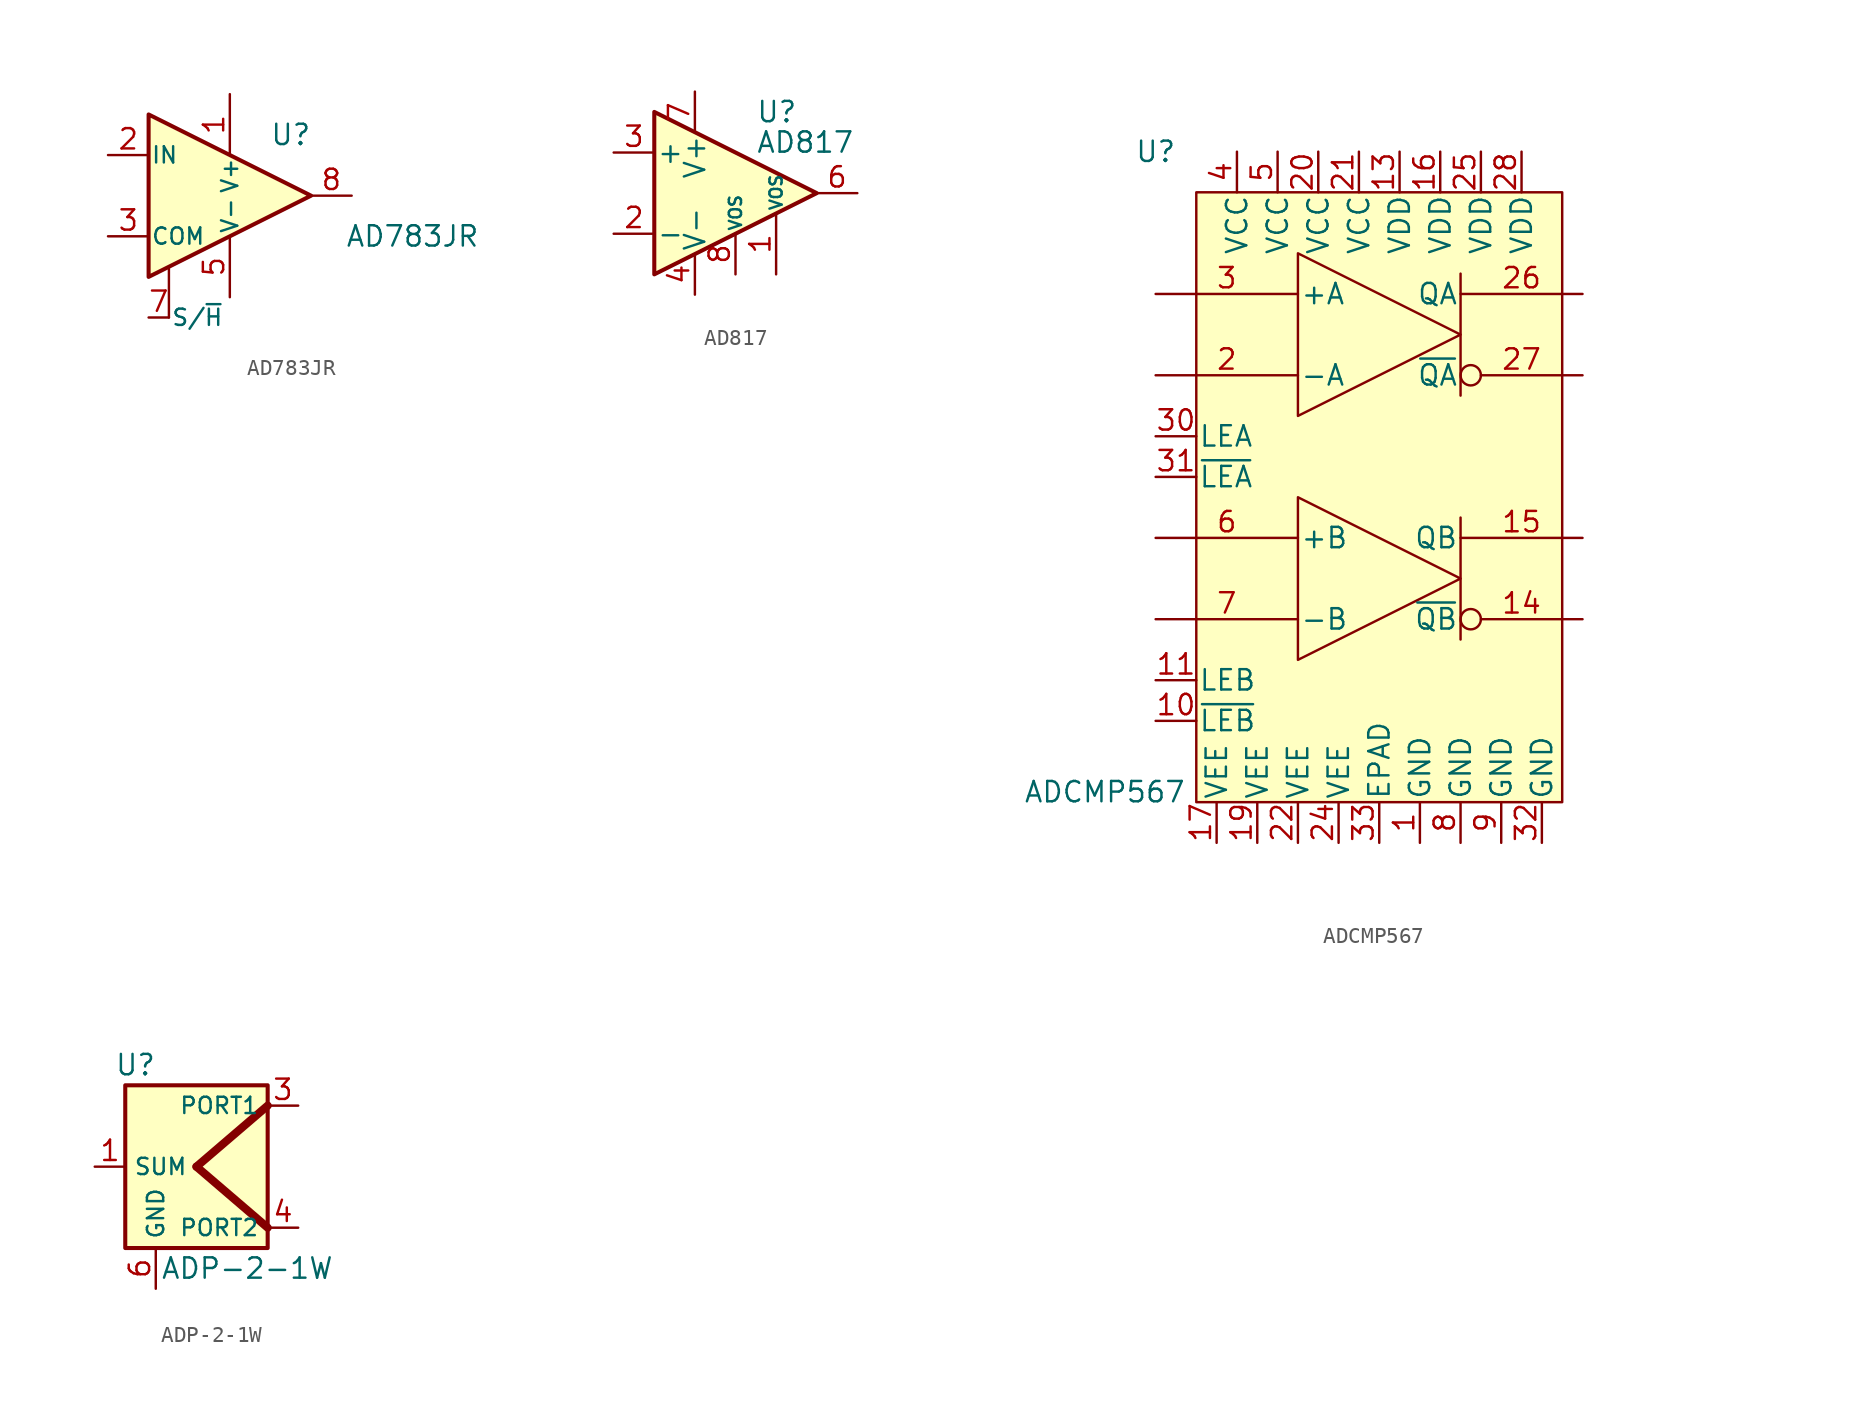
<source format=kicad_sym>
(kicad_symbol_lib
  (version 20241209)
  (generator "kicad_symbol_editor")
  (generator_version "9.0")
  (symbol "AD783JR"
    (pin_names
      (offset 0.127))
    (property "Reference" "U"
      (at 3.81 3.81 0)
      (effects (font (size 1.27 1.27))))
    (property "Value" "AD783JR"
      (at 11.43 -2.54 0)
      (effects (font (size 1.27 1.27))))
    (symbol "AD783JR_0_1"
      (polyline (pts (xy -3.81 -7.62) (xy -3.81 -4.445)) (stroke (width 0) (type default)) (fill (type none))))
    (symbol "AD783JR_1_1"
      (polyline (pts (xy -5.08 5.08) (xy 5.08 0) (xy -5.08 -5.08) (xy -5.08 5.08)) (stroke (width 0.254) (type default)) (fill (type background)))
      (pin input line (at -7.62 2.54 0) (length 2.54) (name "IN" (effects (font (size 1.016 1.016)))) (number "2" (effects (font (size 1.27 1.27)))))
      (pin input line (at -7.62 -2.54 0) (length 2.54) (name "COM" (effects (font (size 1.016 1.016)))) (number "3" (effects (font (size 1.27 1.27)))))
      (pin input line (at -5.08 -7.62 0) (length 1.27) (name "S/~{H}" (effects (font (size 1.016 1.016)))) (number "7" (effects (font (size 1.27 1.27)))))
      (pin power_in line (at 0 6.35 270) (length 3.81) (name "V+" (effects (font (size 1.016 1.016)))) (number "1" (effects (font (size 1.27 1.27)))))
      (pin power_in line (at 0 -6.35 90) (length 3.81) (name "V-" (effects (font (size 1.016 1.016)))) (number "5" (effects (font (size 1.27 1.27)))))
      (pin output line (at 7.62 0 180) (length 2.54) (name "~" (effects (font (size 1.27 1.27)))) (number "8" (effects (font (size 1.27 1.27)))))))
  (symbol "AD817"
    (pin_names
      (offset 0.127))
    (property "Reference" "U"
      (at 1.27 5.08 0)
      (effects (font (size 1.27 1.27)) (justify left)))
    (property "Value" "AD817"
      (at 1.27 3.175 0)
      (effects (font (size 1.27 1.27)) (justify left)))
    (symbol "AD817_0_1"
      (polyline (pts (xy -5.08 5.08) (xy 5.08 0) (xy -5.08 -5.08) (xy -5.08 5.08)) (stroke (width 0.254) (type default)) (fill (type background)))
      (pin no_connect line (at 0 2.54 270) (length 2.54) (hide yes) (name "NC" (effects (font (size 1.27 1.27)))) (number "5" (effects (font (size 1.27 1.27))))))
    (symbol "AD817_1_1"
      (pin input line (at -7.62 2.54 0) (length 2.54) (name "+" (effects (font (size 1.27 1.27)))) (number "3" (effects (font (size 1.27 1.27)))))
      (pin input line (at -7.62 -2.54 0) (length 2.54) (name "-" (effects (font (size 1.27 1.27)))) (number "2" (effects (font (size 1.27 1.27)))))
      (pin power_in line (at -2.54 6.35 270) (length 2.54) (name "V+" (effects (font (size 1.27 1.27)))) (number "7" (effects (font (size 1.27 1.27)))))
      (pin power_in line (at -2.54 -6.35 90) (length 2.54) (name "V-" (effects (font (size 1.27 1.27)))) (number "4" (effects (font (size 1.27 1.27)))))
      (pin passive line (at 0 -5.08 90) (length 2.54) (name "VOS" (effects (font (size 0.762 0.762)))) (number "8" (effects (font (size 1.27 1.27)))))
      (pin passive line (at 2.54 -5.08 90) (length 3.81) (name "VOS" (effects (font (size 0.762 0.762)))) (number "1" (effects (font (size 1.27 1.27)))))
      (pin output line (at 7.62 0 180) (length 2.54) (name "~" (effects (font (size 1.27 1.27)))) (number "6" (effects (font (size 1.27 1.27)))))))
  (symbol "ADCMP567"
    (pin_names
      (offset 0.127))
    (property "Reference" "U"
      (at -13.97 21.59 0)
      (effects (font (size 1.27 1.27))))
    (property "Value" "ADCMP567"
      (at -17.145 -18.415 0)
      (effects (font (size 1.27 1.27))))
    (symbol "ADCMP567_0_0"
      (pin power_in line (at 2.54 -21.59 90) (length 2.54) (name "GND" (effects (font (size 1.27 1.27)))) (number "1" (effects (font (size 1.27 1.27))))))
    (symbol "ADCMP567_0_1"
      (rectangle (start -11.43 -19.05) (end 11.43 19.05) (stroke (width 0) (type default)) (fill (type background)))
      (polyline (pts (xy -5.08 15.24) (xy -5.08 5.08) (xy 5.08 10.16) (xy -5.08 15.24)) (stroke (width 0) (type default)) (fill (type background)))
      (polyline (pts (xy -5.08 0) (xy -5.08 -10.16) (xy 5.08 -5.08) (xy -5.08 0)) (stroke (width 0) (type default)) (fill (type background)))
      (polyline (pts (xy 5.08 13.97) (xy 5.08 6.35)) (stroke (width 0) (type default)) (fill (type none)))
      (polyline (pts (xy 5.08 -1.27) (xy 5.08 -8.89)) (stroke (width 0) (type default)) (fill (type none))))
    (symbol "ADCMP567_1_1"
      (pin input line (at -13.97 12.7 0) (length 8.89) (name "+A" (effects (font (size 1.27 1.27)))) (number "3" (effects (font (size 1.27 1.27)))))
      (pin input line (at -13.97 7.62 0) (length 8.89) (name "-A" (effects (font (size 1.27 1.27)))) (number "2" (effects (font (size 1.27 1.27)))))
      (pin input line (at -13.97 3.81 0) (length 2.54) (name "LEA" (effects (font (size 1.27 1.27)))) (number "30" (effects (font (size 1.27 1.27)))))
      (pin input line (at -13.97 1.27 0) (length 2.54) (name "~{LEA}" (effects (font (size 1.27 1.27)))) (number "31" (effects (font (size 1.27 1.27)))))
      (pin input line (at -13.97 -2.54 0) (length 8.89) (name "+B" (effects (font (size 1.27 1.27)))) (number "6" (effects (font (size 1.27 1.27)))))
      (pin input line (at -13.97 -7.62 0) (length 8.89) (name "-B" (effects (font (size 1.27 1.27)))) (number "7" (effects (font (size 1.27 1.27)))))
      (pin input line (at -13.97 -11.43 0) (length 2.54) (name "LEB" (effects (font (size 1.27 1.27)))) (number "11" (effects (font (size 1.27 1.27)))))
      (pin input line (at -13.97 -13.97 0) (length 2.54) (name "~{LEB}" (effects (font (size 1.27 1.27)))) (number "10" (effects (font (size 1.27 1.27)))))
      (pin power_in line (at -10.16 -21.59 90) (length 2.54) (name "VEE" (effects (font (size 1.27 1.27)))) (number "17" (effects (font (size 1.27 1.27)))))
      (pin power_in line (at -8.89 21.59 270) (length 2.54) (name "VCC" (effects (font (size 1.27 1.27)))) (number "4" (effects (font (size 1.27 1.27)))))
      (pin power_in line (at -7.62 -21.59 90) (length 2.54) (name "VEE" (effects (font (size 1.27 1.27)))) (number "19" (effects (font (size 1.27 1.27)))))
      (pin power_in line (at -6.35 21.59 270) (length 2.54) (name "VCC" (effects (font (size 1.27 1.27)))) (number "5" (effects (font (size 1.27 1.27)))))
      (pin power_in line (at -5.08 -21.59 90) (length 2.54) (name "VEE" (effects (font (size 1.27 1.27)))) (number "22" (effects (font (size 1.27 1.27)))))
      (pin power_in line (at -3.81 21.59 270) (length 2.54) (name "VCC" (effects (font (size 1.27 1.27)))) (number "20" (effects (font (size 1.27 1.27)))))
      (pin power_in line (at -2.54 -21.59 90) (length 2.54) (name "VEE" (effects (font (size 1.27 1.27)))) (number "24" (effects (font (size 1.27 1.27)))))
      (pin power_in line (at -1.27 21.59 270) (length 2.54) (name "VCC" (effects (font (size 1.27 1.27)))) (number "21" (effects (font (size 1.27 1.27)))))
      (pin power_in line (at 0 -21.59 90) (length 2.54) (name "EPAD" (effects (font (size 1.27 1.27)))) (number "33" (effects (font (size 1.27 1.27)))))
      (pin power_in line (at 1.27 21.59 270) (length 2.54) (name "VDD" (effects (font (size 1.27 1.27)))) (number "13" (effects (font (size 1.27 1.27)))))
      (pin power_in line (at 3.81 21.59 270) (length 2.54) (name "VDD" (effects (font (size 1.27 1.27)))) (number "16" (effects (font (size 1.27 1.27)))))
      (pin power_in line (at 5.08 -21.59 90) (length 2.54) (name "GND" (effects (font (size 1.27 1.27)))) (number "8" (effects (font (size 1.27 1.27)))))
      (pin power_in line (at 6.35 21.59 270) (length 2.54) (name "VDD" (effects (font (size 1.27 1.27)))) (number "25" (effects (font (size 1.27 1.27)))))
      (pin power_in line (at 7.62 -21.59 90) (length 2.54) (name "GND" (effects (font (size 1.27 1.27)))) (number "9" (effects (font (size 1.27 1.27)))))
      (pin power_in line (at 8.89 21.59 270) (length 2.54) (name "VDD" (effects (font (size 1.27 1.27)))) (number "28" (effects (font (size 1.27 1.27)))))
      (pin power_in line (at 10.16 -21.59 90) (length 2.54) (name "GND" (effects (font (size 1.27 1.27)))) (number "32" (effects (font (size 1.27 1.27)))))
      (pin output line (at 12.7 12.7 180) (length 7.62) (name "QA" (effects (font (size 1.27 1.27)))) (number "26" (effects (font (size 1.27 1.27)))))
      (pin output inverted (at 12.7 7.62 180) (length 7.62) (name "~{QA}" (effects (font (size 1.27 1.27)))) (number "27" (effects (font (size 1.27 1.27)))))
      (pin output line (at 12.7 -2.54 180) (length 7.62) (name "QB" (effects (font (size 1.27 1.27)))) (number "15" (effects (font (size 1.27 1.27)))))
      (pin output inverted (at 12.7 -7.62 180) (length 7.62) (name "~{QB}" (effects (font (size 1.27 1.27)))) (number "14" (effects (font (size 1.27 1.27)))))
      (pin no_connect line (at 20.955 -12.065 180) (length 2.54) (hide yes) (name "NC" (effects (font (size 1.27 1.27)))) (number "12" (effects (font (size 1.27 1.27)))))
      (pin no_connect line (at 21.59 -15.24 180) (length 2.54) (hide yes) (name "NC" (effects (font (size 1.27 1.27)))) (number "18" (effects (font (size 1.27 1.27)))))
      (pin no_connect line (at 21.59 -18.415 180) (length 2.54) (hide yes) (name "NC" (effects (font (size 1.27 1.27)))) (number "23" (effects (font (size 1.27 1.27)))))
      (pin no_connect line (at 21.59 -21.59 180) (length 2.54) (hide yes) (name "NC" (effects (font (size 1.27 1.27)))) (number "29" (effects (font (size 1.27 1.27)))))))
  (symbol "ADP-2-1W"
    (property "Reference" "U"
      (at -3.81 6.35 0)
      (effects (font (size 1.27 1.27))))
    (property "Value" "ADP-2-1W"
      (at 3.175 -6.35 0)
      (effects (font (size 1.27 1.27))))
    (symbol "ADP-2-1W_0_1"
      (rectangle (start -4.445 5.08) (end 4.445 -5.08) (stroke (width 0.254) (type default)) (fill (type background)))
      (polyline (pts (xy 0 0) (xy 4.445 3.81)) (stroke (width 0.508) (type default)) (fill (type none)))
      (polyline (pts (xy 0 0) (xy 4.445 -3.81)) (stroke (width 0.508) (type default)) (fill (type none))))
    (symbol "ADP-2-1W_1_1"
      (pin passive line (at -6.35 0 0) (length 1.905) (name "SUM" (effects (font (size 1.016 1.016)))) (number "1" (effects (font (size 1.27 1.27)))))
      (pin passive line (at -2.54 -7.62 90) (length 2.54) (name "GND" (effects (font (size 1.016 1.016)))) (number "6" (effects (font (size 1.27 1.27)))))
      (pin no_connect line (at 2.54 1.905 180) (length 2.54) (hide yes) (name "NC" (effects (font (size 1.016 1.016)))) (number "2" (effects (font (size 1.27 1.27)))))
      (pin no_connect line (at 2.54 -1.905 180) (length 2.54) (hide yes) (name "NC" (effects (font (size 1.016 1.016)))) (number "5" (effects (font (size 1.27 1.27)))))
      (pin passive line (at 6.35 3.81 180) (length 1.905) (name "PORT1" (effects (font (size 1.016 1.016)))) (number "3" (effects (font (size 1.27 1.27)))))
      (pin passive line (at 6.35 -3.81 180) (length 1.905) (name "PORT2" (effects (font (size 1.016 1.016)))) (number "4" (effects (font (size 1.27 1.27))))))))
</source>
